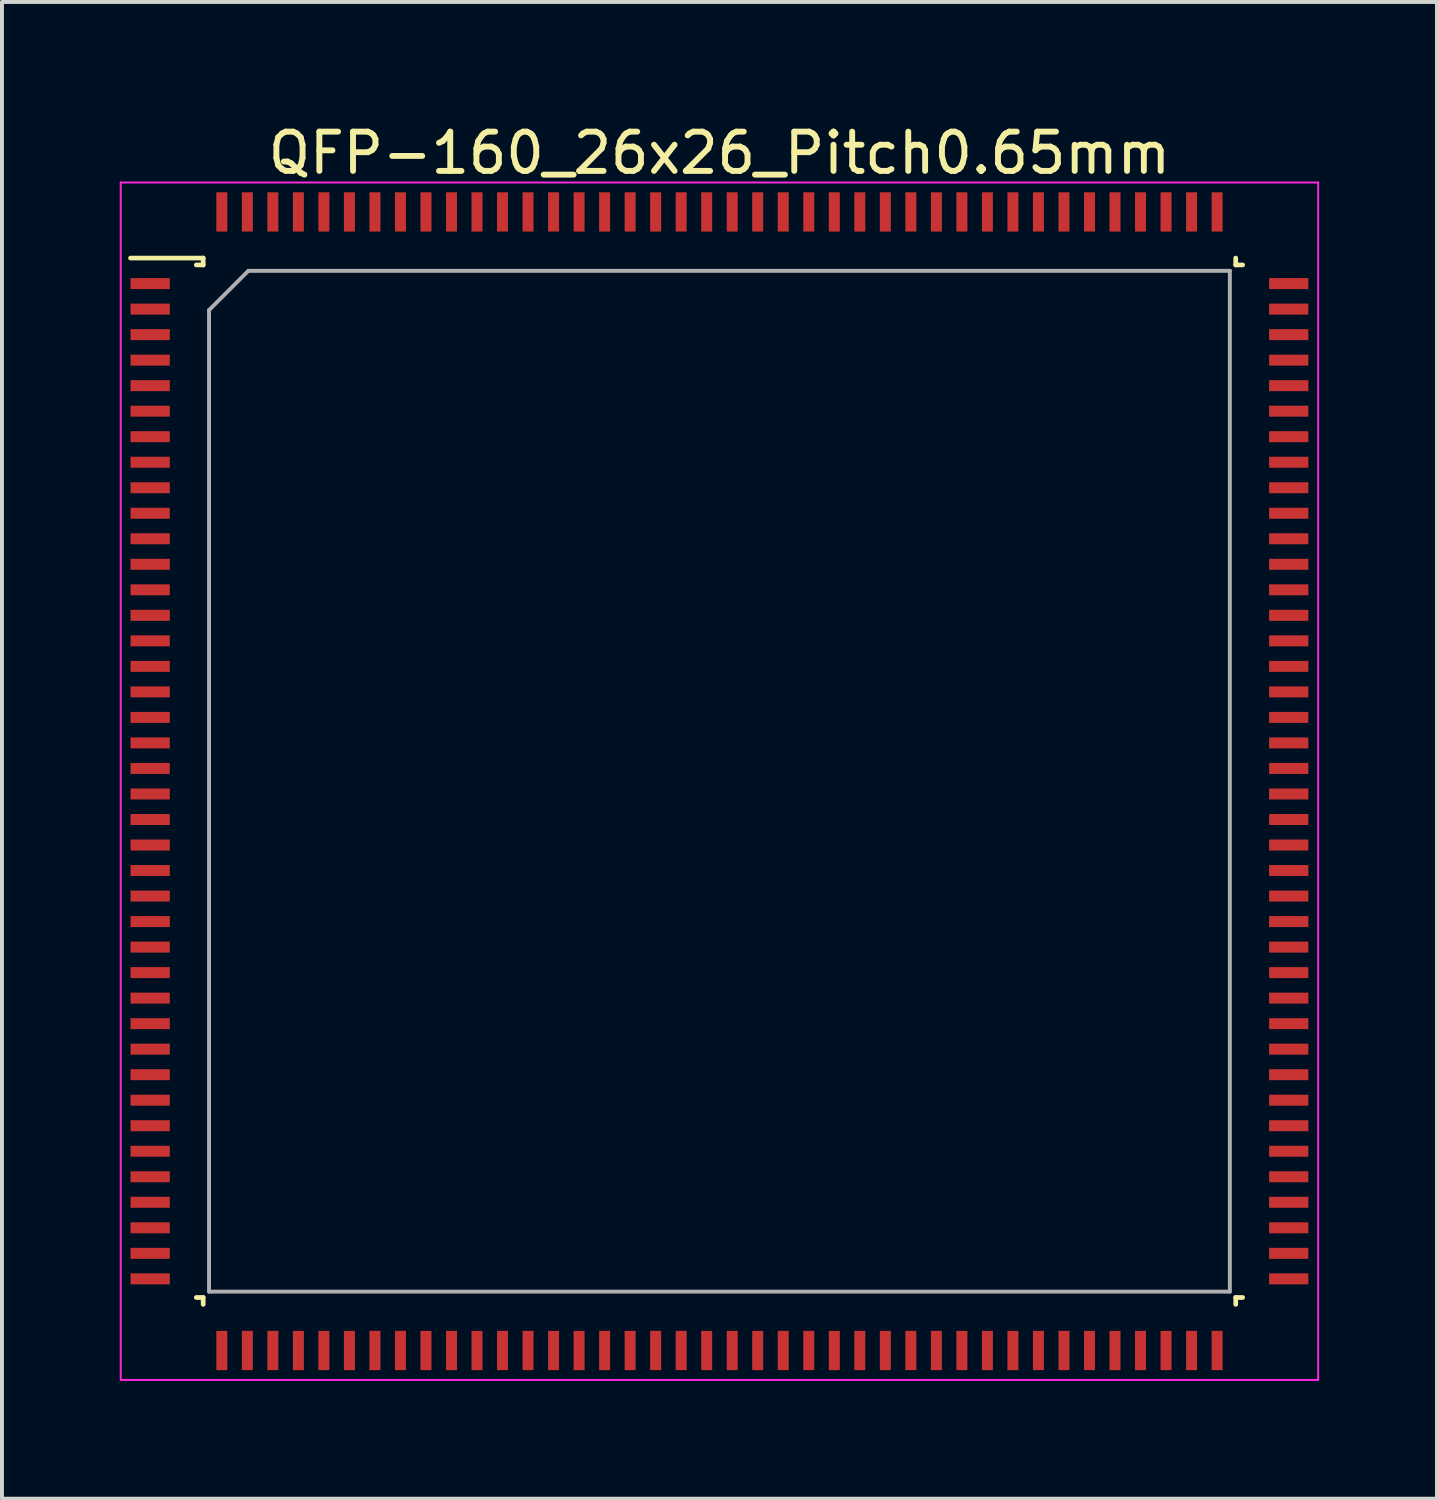
<source format=kicad_pcb>
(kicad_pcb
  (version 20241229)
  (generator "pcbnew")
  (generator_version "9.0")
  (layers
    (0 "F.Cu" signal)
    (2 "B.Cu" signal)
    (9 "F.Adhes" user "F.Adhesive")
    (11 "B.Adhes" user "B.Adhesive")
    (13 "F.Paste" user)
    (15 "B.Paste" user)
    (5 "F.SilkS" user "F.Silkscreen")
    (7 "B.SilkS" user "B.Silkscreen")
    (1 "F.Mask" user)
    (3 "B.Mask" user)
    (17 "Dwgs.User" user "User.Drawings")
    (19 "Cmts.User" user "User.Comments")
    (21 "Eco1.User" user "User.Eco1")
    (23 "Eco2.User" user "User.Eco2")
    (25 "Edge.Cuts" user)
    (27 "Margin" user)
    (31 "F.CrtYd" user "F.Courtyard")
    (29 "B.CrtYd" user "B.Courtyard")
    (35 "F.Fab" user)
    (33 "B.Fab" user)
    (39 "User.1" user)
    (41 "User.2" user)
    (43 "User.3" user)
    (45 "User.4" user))
  (footprint "QFP-160_26x26_Pitch0.65mm"
    (layer "F.Cu")
    (at 15.275 16.848)
    (property "Reference" "QFP-160_26x26_Pitch0.65mm" (at 0 -16 0) (layer "F.SilkS") (effects (font (size 1 1) (thickness 0.15))))
    (attr smd)
    (fp_line (start -13.325 -13.15) (end -13.15 -13.15) (stroke (width 0.12) (type solid)) (layer "F.SilkS"))
    (fp_line (start -13.325 13.15) (end -13.15 13.15) (stroke (width 0.12) (type solid)) (layer "F.SilkS"))
    (fp_line (start -13.15 -13.325) (end -15 -13.325) (stroke (width 0.12) (type solid)) (layer "F.SilkS"))
    (fp_line (start -13.15 -13.15) (end -13.15 -13.325) (stroke (width 0.12) (type solid)) (layer "F.SilkS"))
    (fp_line (start -13.15 13.15) (end -13.15 13.325) (stroke (width 0.12) (type solid)) (layer "F.SilkS"))
    (fp_line (start 13.15 -13.15) (end 13.15 -13.325) (stroke (width 0.12) (type solid)) (layer "F.SilkS"))
    (fp_line (start 13.15 13.15) (end 13.15 13.325) (stroke (width 0.12) (type solid)) (layer "F.SilkS"))
    (fp_line (start 13.325 -13.15) (end 13.15 -13.15) (stroke (width 0.12) (type solid)) (layer "F.SilkS"))
    (fp_line (start 13.325 13.15) (end 13.15 13.15) (stroke (width 0.12) (type solid)) (layer "F.SilkS"))
    (fp_line (start -15.25 -15.25) (end 15.25 -15.25) (stroke (width 0.05) (type solid)) (layer "F.CrtYd"))
    (fp_line (start -15.25 15.25) (end -15.25 -15.25) (stroke (width 0.05) (type solid)) (layer "F.CrtYd"))
    (fp_line (start 15.25 -15.25) (end 15.25 15.25) (stroke (width 0.05) (type solid)) (layer "F.CrtYd"))
    (fp_line (start 15.25 15.25) (end -15.25 15.25) (stroke (width 0.05) (type solid)) (layer "F.CrtYd"))
    (fp_line (start -13 -12) (end -13 13) (stroke (width 0.1) (type solid)) (layer "F.Fab"))
    (fp_line (start -13 13) (end 13 13) (stroke (width 0.1) (type solid)) (layer "F.Fab"))
    (fp_line (start -12 -13) (end -13 -12) (stroke (width 0.1) (type solid)) (layer "F.Fab"))
    (fp_line (start 13 -13) (end -12 -13) (stroke (width 0.1) (type solid)) (layer "F.Fab"))
    (fp_line (start 13 13) (end 13 -13) (stroke (width 0.1) (type solid)) (layer "F.Fab"))
    (pad "1" smd rect (at -14.5 -12.675 90) (size 0.28 1) (layers "F.Cu" "F.Mask" "F.Paste"))
    (pad "2" smd rect (at -14.5 -12.025 90) (size 0.28 1) (layers "F.Cu" "F.Mask" "F.Paste"))
    (pad "3" smd rect (at -14.5 -11.375 90) (size 0.28 1) (layers "F.Cu" "F.Mask" "F.Paste"))
    (pad "4" smd rect (at -14.5 -10.725 90) (size 0.28 1) (layers "F.Cu" "F.Mask" "F.Paste"))
    (pad "5" smd rect (at -14.5 -10.075 90) (size 0.28 1) (layers "F.Cu" "F.Mask" "F.Paste"))
    (pad "6" smd rect (at -14.5 -9.425 90) (size 0.28 1) (layers "F.Cu" "F.Mask" "F.Paste"))
    (pad "7" smd rect (at -14.5 -8.775 90) (size 0.28 1) (layers "F.Cu" "F.Mask" "F.Paste"))
    (pad "8" smd rect (at -14.5 -8.125 90) (size 0.28 1) (layers "F.Cu" "F.Mask" "F.Paste"))
    (pad "9" smd rect (at -14.5 -7.475 90) (size 0.28 1) (layers "F.Cu" "F.Mask" "F.Paste"))
    (pad "10" smd rect (at -14.5 -6.825 90) (size 0.28 1) (layers "F.Cu" "F.Mask" "F.Paste"))
    (pad "11" smd rect (at -14.5 -6.175 90) (size 0.28 1) (layers "F.Cu" "F.Mask" "F.Paste"))
    (pad "12" smd rect (at -14.5 -5.525 90) (size 0.28 1) (layers "F.Cu" "F.Mask" "F.Paste"))
    (pad "13" smd rect (at -14.5 -4.875 90) (size 0.28 1) (layers "F.Cu" "F.Mask" "F.Paste"))
    (pad "14" smd rect (at -14.5 -4.225 90) (size 0.28 1) (layers "F.Cu" "F.Mask" "F.Paste"))
    (pad "15" smd rect (at -14.5 -3.575 90) (size 0.28 1) (layers "F.Cu" "F.Mask" "F.Paste"))
    (pad "16" smd rect (at -14.5 -2.925 90) (size 0.28 1) (layers "F.Cu" "F.Mask" "F.Paste"))
    (pad "17" smd rect (at -14.5 -2.275 90) (size 0.28 1) (layers "F.Cu" "F.Mask" "F.Paste"))
    (pad "18" smd rect (at -14.5 -1.625 90) (size 0.28 1) (layers "F.Cu" "F.Mask" "F.Paste"))
    (pad "19" smd rect (at -14.5 -0.975 90) (size 0.28 1) (layers "F.Cu" "F.Mask" "F.Paste"))
    (pad "20" smd rect (at -14.5 -0.325 90) (size 0.28 1) (layers "F.Cu" "F.Mask" "F.Paste"))
    (pad "21" smd rect (at -14.5 0.325 90) (size 0.28 1) (layers "F.Cu" "F.Mask" "F.Paste"))
    (pad "22" smd rect (at -14.5 0.975 90) (size 0.28 1) (layers "F.Cu" "F.Mask" "F.Paste"))
    (pad "23" smd rect (at -14.5 1.625 90) (size 0.28 1) (layers "F.Cu" "F.Mask" "F.Paste"))
    (pad "24" smd rect (at -14.5 2.275 90) (size 0.28 1) (layers "F.Cu" "F.Mask" "F.Paste"))
    (pad "25" smd rect (at -14.5 2.925 90) (size 0.28 1) (layers "F.Cu" "F.Mask" "F.Paste"))
    (pad "26" smd rect (at -14.5 3.575 90) (size 0.28 1) (layers "F.Cu" "F.Mask" "F.Paste"))
    (pad "27" smd rect (at -14.5 4.225 90) (size 0.28 1) (layers "F.Cu" "F.Mask" "F.Paste"))
    (pad "28" smd rect (at -14.5 4.875 90) (size 0.28 1) (layers "F.Cu" "F.Mask" "F.Paste"))
    (pad "29" smd rect (at -14.5 5.525 90) (size 0.28 1) (layers "F.Cu" "F.Mask" "F.Paste"))
    (pad "30" smd rect (at -14.5 6.175 90) (size 0.28 1) (layers "F.Cu" "F.Mask" "F.Paste"))
    (pad "31" smd rect (at -14.5 6.825 90) (size 0.28 1) (layers "F.Cu" "F.Mask" "F.Paste"))
    (pad "32" smd rect (at -14.5 7.475 90) (size 0.28 1) (layers "F.Cu" "F.Mask" "F.Paste"))
    (pad "33" smd rect (at -14.5 8.125 90) (size 0.28 1) (layers "F.Cu" "F.Mask" "F.Paste"))
    (pad "34" smd rect (at -14.5 8.775 90) (size 0.28 1) (layers "F.Cu" "F.Mask" "F.Paste"))
    (pad "35" smd rect (at -14.5 9.425 90) (size 0.28 1) (layers "F.Cu" "F.Mask" "F.Paste"))
    (pad "36" smd rect (at -14.5 10.075 90) (size 0.28 1) (layers "F.Cu" "F.Mask" "F.Paste"))
    (pad "37" smd rect (at -14.5 10.725 90) (size 0.28 1) (layers "F.Cu" "F.Mask" "F.Paste"))
    (pad "38" smd rect (at -14.5 11.375 90) (size 0.28 1) (layers "F.Cu" "F.Mask" "F.Paste"))
    (pad "39" smd rect (at -14.5 12.025 90) (size 0.28 1) (layers "F.Cu" "F.Mask" "F.Paste"))
    (pad "40" smd rect (at -14.5 12.675 90) (size 0.28 1) (layers "F.Cu" "F.Mask" "F.Paste"))
    (pad "41" smd rect (at -12.675 14.5) (size 0.28 1) (layers "F.Cu" "F.Mask" "F.Paste"))
    (pad "42" smd rect (at -12.025 14.5) (size 0.28 1) (layers "F.Cu" "F.Mask" "F.Paste"))
    (pad "43" smd rect (at -11.375 14.5) (size 0.28 1) (layers "F.Cu" "F.Mask" "F.Paste"))
    (pad "44" smd rect (at -10.725 14.5) (size 0.28 1) (layers "F.Cu" "F.Mask" "F.Paste"))
    (pad "45" smd rect (at -10.075 14.5) (size 0.28 1) (layers "F.Cu" "F.Mask" "F.Paste"))
    (pad "46" smd rect (at -9.425 14.5) (size 0.28 1) (layers "F.Cu" "F.Mask" "F.Paste"))
    (pad "47" smd rect (at -8.775 14.5) (size 0.28 1) (layers "F.Cu" "F.Mask" "F.Paste"))
    (pad "48" smd rect (at -8.125 14.5) (size 0.28 1) (layers "F.Cu" "F.Mask" "F.Paste"))
    (pad "49" smd rect (at -7.475 14.5) (size 0.28 1) (layers "F.Cu" "F.Mask" "F.Paste"))
    (pad "50" smd rect (at -6.825 14.5) (size 0.28 1) (layers "F.Cu" "F.Mask" "F.Paste"))
    (pad "51" smd rect (at -6.175 14.5) (size 0.28 1) (layers "F.Cu" "F.Mask" "F.Paste"))
    (pad "52" smd rect (at -5.525 14.5) (size 0.28 1) (layers "F.Cu" "F.Mask" "F.Paste"))
    (pad "53" smd rect (at -4.875 14.5) (size 0.28 1) (layers "F.Cu" "F.Mask" "F.Paste"))
    (pad "54" smd rect (at -4.225 14.5) (size 0.28 1) (layers "F.Cu" "F.Mask" "F.Paste"))
    (pad "55" smd rect (at -3.575 14.5) (size 0.28 1) (layers "F.Cu" "F.Mask" "F.Paste"))
    (pad "56" smd rect (at -2.925 14.5) (size 0.28 1) (layers "F.Cu" "F.Mask" "F.Paste"))
    (pad "57" smd rect (at -2.275 14.5) (size 0.28 1) (layers "F.Cu" "F.Mask" "F.Paste"))
    (pad "58" smd rect (at -1.625 14.5) (size 0.28 1) (layers "F.Cu" "F.Mask" "F.Paste"))
    (pad "59" smd rect (at -0.975 14.5) (size 0.28 1) (layers "F.Cu" "F.Mask" "F.Paste"))
    (pad "60" smd rect (at -0.325 14.5) (size 0.28 1) (layers "F.Cu" "F.Mask" "F.Paste"))
    (pad "61" smd rect (at 0.325 14.5) (size 0.28 1) (layers "F.Cu" "F.Mask" "F.Paste"))
    (pad "62" smd rect (at 0.975 14.5) (size 0.28 1) (layers "F.Cu" "F.Mask" "F.Paste"))
    (pad "63" smd rect (at 1.625 14.5) (size 0.28 1) (layers "F.Cu" "F.Mask" "F.Paste"))
    (pad "64" smd rect (at 2.275 14.5) (size 0.28 1) (layers "F.Cu" "F.Mask" "F.Paste"))
    (pad "65" smd rect (at 2.925 14.5) (size 0.28 1) (layers "F.Cu" "F.Mask" "F.Paste"))
    (pad "66" smd rect (at 3.575 14.5) (size 0.28 1) (layers "F.Cu" "F.Mask" "F.Paste"))
    (pad "67" smd rect (at 4.225 14.5) (size 0.28 1) (layers "F.Cu" "F.Mask" "F.Paste"))
    (pad "68" smd rect (at 4.875 14.5) (size 0.28 1) (layers "F.Cu" "F.Mask" "F.Paste"))
    (pad "69" smd rect (at 5.525 14.5) (size 0.28 1) (layers "F.Cu" "F.Mask" "F.Paste"))
    (pad "70" smd rect (at 6.175 14.5) (size 0.28 1) (layers "F.Cu" "F.Mask" "F.Paste"))
    (pad "71" smd rect (at 6.825 14.5) (size 0.28 1) (layers "F.Cu" "F.Mask" "F.Paste"))
    (pad "72" smd rect (at 7.475 14.5) (size 0.28 1) (layers "F.Cu" "F.Mask" "F.Paste"))
    (pad "73" smd rect (at 8.125 14.5) (size 0.28 1) (layers "F.Cu" "F.Mask" "F.Paste"))
    (pad "74" smd rect (at 8.775 14.5) (size 0.28 1) (layers "F.Cu" "F.Mask" "F.Paste"))
    (pad "75" smd rect (at 9.425 14.5) (size 0.28 1) (layers "F.Cu" "F.Mask" "F.Paste"))
    (pad "76" smd rect (at 10.075 14.5) (size 0.28 1) (layers "F.Cu" "F.Mask" "F.Paste"))
    (pad "77" smd rect (at 10.725 14.5) (size 0.28 1) (layers "F.Cu" "F.Mask" "F.Paste"))
    (pad "78" smd rect (at 11.375 14.5) (size 0.28 1) (layers "F.Cu" "F.Mask" "F.Paste"))
    (pad "79" smd rect (at 12.025 14.5) (size 0.28 1) (layers "F.Cu" "F.Mask" "F.Paste"))
    (pad "80" smd rect (at 12.675 14.5) (size 0.28 1) (layers "F.Cu" "F.Mask" "F.Paste"))
    (pad "81" smd rect (at 14.5 12.675 90) (size 0.28 1) (layers "F.Cu" "F.Mask" "F.Paste"))
    (pad "82" smd rect (at 14.5 12.025 90) (size 0.28 1) (layers "F.Cu" "F.Mask" "F.Paste"))
    (pad "83" smd rect (at 14.5 11.375 90) (size 0.28 1) (layers "F.Cu" "F.Mask" "F.Paste"))
    (pad "84" smd rect (at 14.5 10.725 90) (size 0.28 1) (layers "F.Cu" "F.Mask" "F.Paste"))
    (pad "85" smd rect (at 14.5 10.075 90) (size 0.28 1) (layers "F.Cu" "F.Mask" "F.Paste"))
    (pad "86" smd rect (at 14.5 9.425 90) (size 0.28 1) (layers "F.Cu" "F.Mask" "F.Paste"))
    (pad "87" smd rect (at 14.5 8.775 90) (size 0.28 1) (layers "F.Cu" "F.Mask" "F.Paste"))
    (pad "88" smd rect (at 14.5 8.125 90) (size 0.28 1) (layers "F.Cu" "F.Mask" "F.Paste"))
    (pad "89" smd rect (at 14.5 7.475 90) (size 0.28 1) (layers "F.Cu" "F.Mask" "F.Paste"))
    (pad "90" smd rect (at 14.5 6.825 90) (size 0.28 1) (layers "F.Cu" "F.Mask" "F.Paste"))
    (pad "91" smd rect (at 14.5 6.175 90) (size 0.28 1) (layers "F.Cu" "F.Mask" "F.Paste"))
    (pad "92" smd rect (at 14.5 5.525 90) (size 0.28 1) (layers "F.Cu" "F.Mask" "F.Paste"))
    (pad "93" smd rect (at 14.5 4.875 90) (size 0.28 1) (layers "F.Cu" "F.Mask" "F.Paste"))
    (pad "94" smd rect (at 14.5 4.225 90) (size 0.28 1) (layers "F.Cu" "F.Mask" "F.Paste"))
    (pad "95" smd rect (at 14.5 3.575 90) (size 0.28 1) (layers "F.Cu" "F.Mask" "F.Paste"))
    (pad "96" smd rect (at 14.5 2.925 90) (size 0.28 1) (layers "F.Cu" "F.Mask" "F.Paste"))
    (pad "97" smd rect (at 14.5 2.275 90) (size 0.28 1) (layers "F.Cu" "F.Mask" "F.Paste"))
    (pad "98" smd rect (at 14.5 1.625 90) (size 0.28 1) (layers "F.Cu" "F.Mask" "F.Paste"))
    (pad "99" smd rect (at 14.5 0.975 90) (size 0.28 1) (layers "F.Cu" "F.Mask" "F.Paste"))
    (pad "100" smd rect (at 14.5 0.325 90) (size 0.28 1) (layers "F.Cu" "F.Mask" "F.Paste"))
    (pad "101" smd rect (at 14.5 -0.325 90) (size 0.28 1) (layers "F.Cu" "F.Mask" "F.Paste"))
    (pad "102" smd rect (at 14.5 -0.975 90) (size 0.28 1) (layers "F.Cu" "F.Mask" "F.Paste"))
    (pad "103" smd rect (at 14.5 -1.625 90) (size 0.28 1) (layers "F.Cu" "F.Mask" "F.Paste"))
    (pad "104" smd rect (at 14.5 -2.275 90) (size 0.28 1) (layers "F.Cu" "F.Mask" "F.Paste"))
    (pad "105" smd rect (at 14.5 -2.925 90) (size 0.28 1) (layers "F.Cu" "F.Mask" "F.Paste"))
    (pad "106" smd rect (at 14.5 -3.575 90) (size 0.28 1) (layers "F.Cu" "F.Mask" "F.Paste"))
    (pad "107" smd rect (at 14.5 -4.225 90) (size 0.28 1) (layers "F.Cu" "F.Mask" "F.Paste"))
    (pad "108" smd rect (at 14.5 -4.875 90) (size 0.28 1) (layers "F.Cu" "F.Mask" "F.Paste"))
    (pad "109" smd rect (at 14.5 -5.525 90) (size 0.28 1) (layers "F.Cu" "F.Mask" "F.Paste"))
    (pad "110" smd rect (at 14.5 -6.175 90) (size 0.28 1) (layers "F.Cu" "F.Mask" "F.Paste"))
    (pad "111" smd rect (at 14.5 -6.825 90) (size 0.28 1) (layers "F.Cu" "F.Mask" "F.Paste"))
    (pad "112" smd rect (at 14.5 -7.475 90) (size 0.28 1) (layers "F.Cu" "F.Mask" "F.Paste"))
    (pad "113" smd rect (at 14.5 -8.125 90) (size 0.28 1) (layers "F.Cu" "F.Mask" "F.Paste"))
    (pad "114" smd rect (at 14.5 -8.775 90) (size 0.28 1) (layers "F.Cu" "F.Mask" "F.Paste"))
    (pad "115" smd rect (at 14.5 -9.425 90) (size 0.28 1) (layers "F.Cu" "F.Mask" "F.Paste"))
    (pad "116" smd rect (at 14.5 -10.075 90) (size 0.28 1) (layers "F.Cu" "F.Mask" "F.Paste"))
    (pad "117" smd rect (at 14.5 -10.725 90) (size 0.28 1) (layers "F.Cu" "F.Mask" "F.Paste"))
    (pad "118" smd rect (at 14.5 -11.375 90) (size 0.28 1) (layers "F.Cu" "F.Mask" "F.Paste"))
    (pad "119" smd rect (at 14.5 -12.025 90) (size 0.28 1) (layers "F.Cu" "F.Mask" "F.Paste"))
    (pad "120" smd rect (at 14.5 -12.675 90) (size 0.28 1) (layers "F.Cu" "F.Mask" "F.Paste"))
    (pad "121" smd rect (at 12.675 -14.5) (size 0.28 1) (layers "F.Cu" "F.Mask" "F.Paste"))
    (pad "122" smd rect (at 12.025 -14.5) (size 0.28 1) (layers "F.Cu" "F.Mask" "F.Paste"))
    (pad "123" smd rect (at 11.375 -14.5) (size 0.28 1) (layers "F.Cu" "F.Mask" "F.Paste"))
    (pad "124" smd rect (at 10.725 -14.5) (size 0.28 1) (layers "F.Cu" "F.Mask" "F.Paste"))
    (pad "125" smd rect (at 10.075 -14.5) (size 0.28 1) (layers "F.Cu" "F.Mask" "F.Paste"))
    (pad "126" smd rect (at 9.425 -14.5) (size 0.28 1) (layers "F.Cu" "F.Mask" "F.Paste"))
    (pad "127" smd rect (at 8.775 -14.5) (size 0.28 1) (layers "F.Cu" "F.Mask" "F.Paste"))
    (pad "128" smd rect (at 8.125 -14.5) (size 0.28 1) (layers "F.Cu" "F.Mask" "F.Paste"))
    (pad "129" smd rect (at 7.475 -14.5) (size 0.28 1) (layers "F.Cu" "F.Mask" "F.Paste"))
    (pad "130" smd rect (at 6.825 -14.5) (size 0.28 1) (layers "F.Cu" "F.Mask" "F.Paste"))
    (pad "131" smd rect (at 6.175 -14.5) (size 0.28 1) (layers "F.Cu" "F.Mask" "F.Paste"))
    (pad "132" smd rect (at 5.525 -14.5) (size 0.28 1) (layers "F.Cu" "F.Mask" "F.Paste"))
    (pad "133" smd rect (at 4.875 -14.5) (size 0.28 1) (layers "F.Cu" "F.Mask" "F.Paste"))
    (pad "134" smd rect (at 4.225 -14.5) (size 0.28 1) (layers "F.Cu" "F.Mask" "F.Paste"))
    (pad "135" smd rect (at 3.575 -14.5) (size 0.28 1) (layers "F.Cu" "F.Mask" "F.Paste"))
    (pad "136" smd rect (at 2.925 -14.5) (size 0.28 1) (layers "F.Cu" "F.Mask" "F.Paste"))
    (pad "137" smd rect (at 2.275 -14.5) (size 0.28 1) (layers "F.Cu" "F.Mask" "F.Paste"))
    (pad "138" smd rect (at 1.625 -14.5) (size 0.28 1) (layers "F.Cu" "F.Mask" "F.Paste"))
    (pad "139" smd rect (at 0.975 -14.5) (size 0.28 1) (layers "F.Cu" "F.Mask" "F.Paste"))
    (pad "140" smd rect (at 0.325 -14.5) (size 0.28 1) (layers "F.Cu" "F.Mask" "F.Paste"))
    (pad "141" smd rect (at -0.325 -14.5) (size 0.28 1) (layers "F.Cu" "F.Mask" "F.Paste"))
    (pad "142" smd rect (at -0.975 -14.5) (size 0.28 1) (layers "F.Cu" "F.Mask" "F.Paste"))
    (pad "143" smd rect (at -1.625 -14.5) (size 0.28 1) (layers "F.Cu" "F.Mask" "F.Paste"))
    (pad "144" smd rect (at -2.275 -14.5) (size 0.28 1) (layers "F.Cu" "F.Mask" "F.Paste"))
    (pad "145" smd rect (at -2.925 -14.5) (size 0.28 1) (layers "F.Cu" "F.Mask" "F.Paste"))
    (pad "146" smd rect (at -3.575 -14.5) (size 0.28 1) (layers "F.Cu" "F.Mask" "F.Paste"))
    (pad "147" smd rect (at -4.225 -14.5) (size 0.28 1) (layers "F.Cu" "F.Mask" "F.Paste"))
    (pad "148" smd rect (at -4.875 -14.5) (size 0.28 1) (layers "F.Cu" "F.Mask" "F.Paste"))
    (pad "149" smd rect (at -5.525 -14.5) (size 0.28 1) (layers "F.Cu" "F.Mask" "F.Paste"))
    (pad "150" smd rect (at -6.175 -14.5) (size 0.28 1) (layers "F.Cu" "F.Mask" "F.Paste"))
    (pad "151" smd rect (at -6.825 -14.5) (size 0.28 1) (layers "F.Cu" "F.Mask" "F.Paste"))
    (pad "152" smd rect (at -7.475 -14.5) (size 0.28 1) (layers "F.Cu" "F.Mask" "F.Paste"))
    (pad "153" smd rect (at -8.125 -14.5) (size 0.28 1) (layers "F.Cu" "F.Mask" "F.Paste"))
    (pad "154" smd rect (at -8.775 -14.5) (size 0.28 1) (layers "F.Cu" "F.Mask" "F.Paste"))
    (pad "155" smd rect (at -9.425 -14.5) (size 0.28 1) (layers "F.Cu" "F.Mask" "F.Paste"))
    (pad "156" smd rect (at -10.075 -14.5) (size 0.28 1) (layers "F.Cu" "F.Mask" "F.Paste"))
    (pad "157" smd rect (at -10.725 -14.5) (size 0.28 1) (layers "F.Cu" "F.Mask" "F.Paste"))
    (pad "158" smd rect (at -11.375 -14.5) (size 0.28 1) (layers "F.Cu" "F.Mask" "F.Paste"))
    (pad "159" smd rect (at -12.025 -14.5) (size 0.28 1) (layers "F.Cu" "F.Mask" "F.Paste"))
    (pad "160" smd rect (at -12.675 -14.5) (size 0.28 1) (layers "F.Cu" "F.Mask" "F.Paste")))
  (gr_rect
    (start -3 -3)
    (end 33.55 35.123)
    (stroke (width 0.1) (type default))
    (fill no)
    (layer "Edge.Cuts")))
</source>
